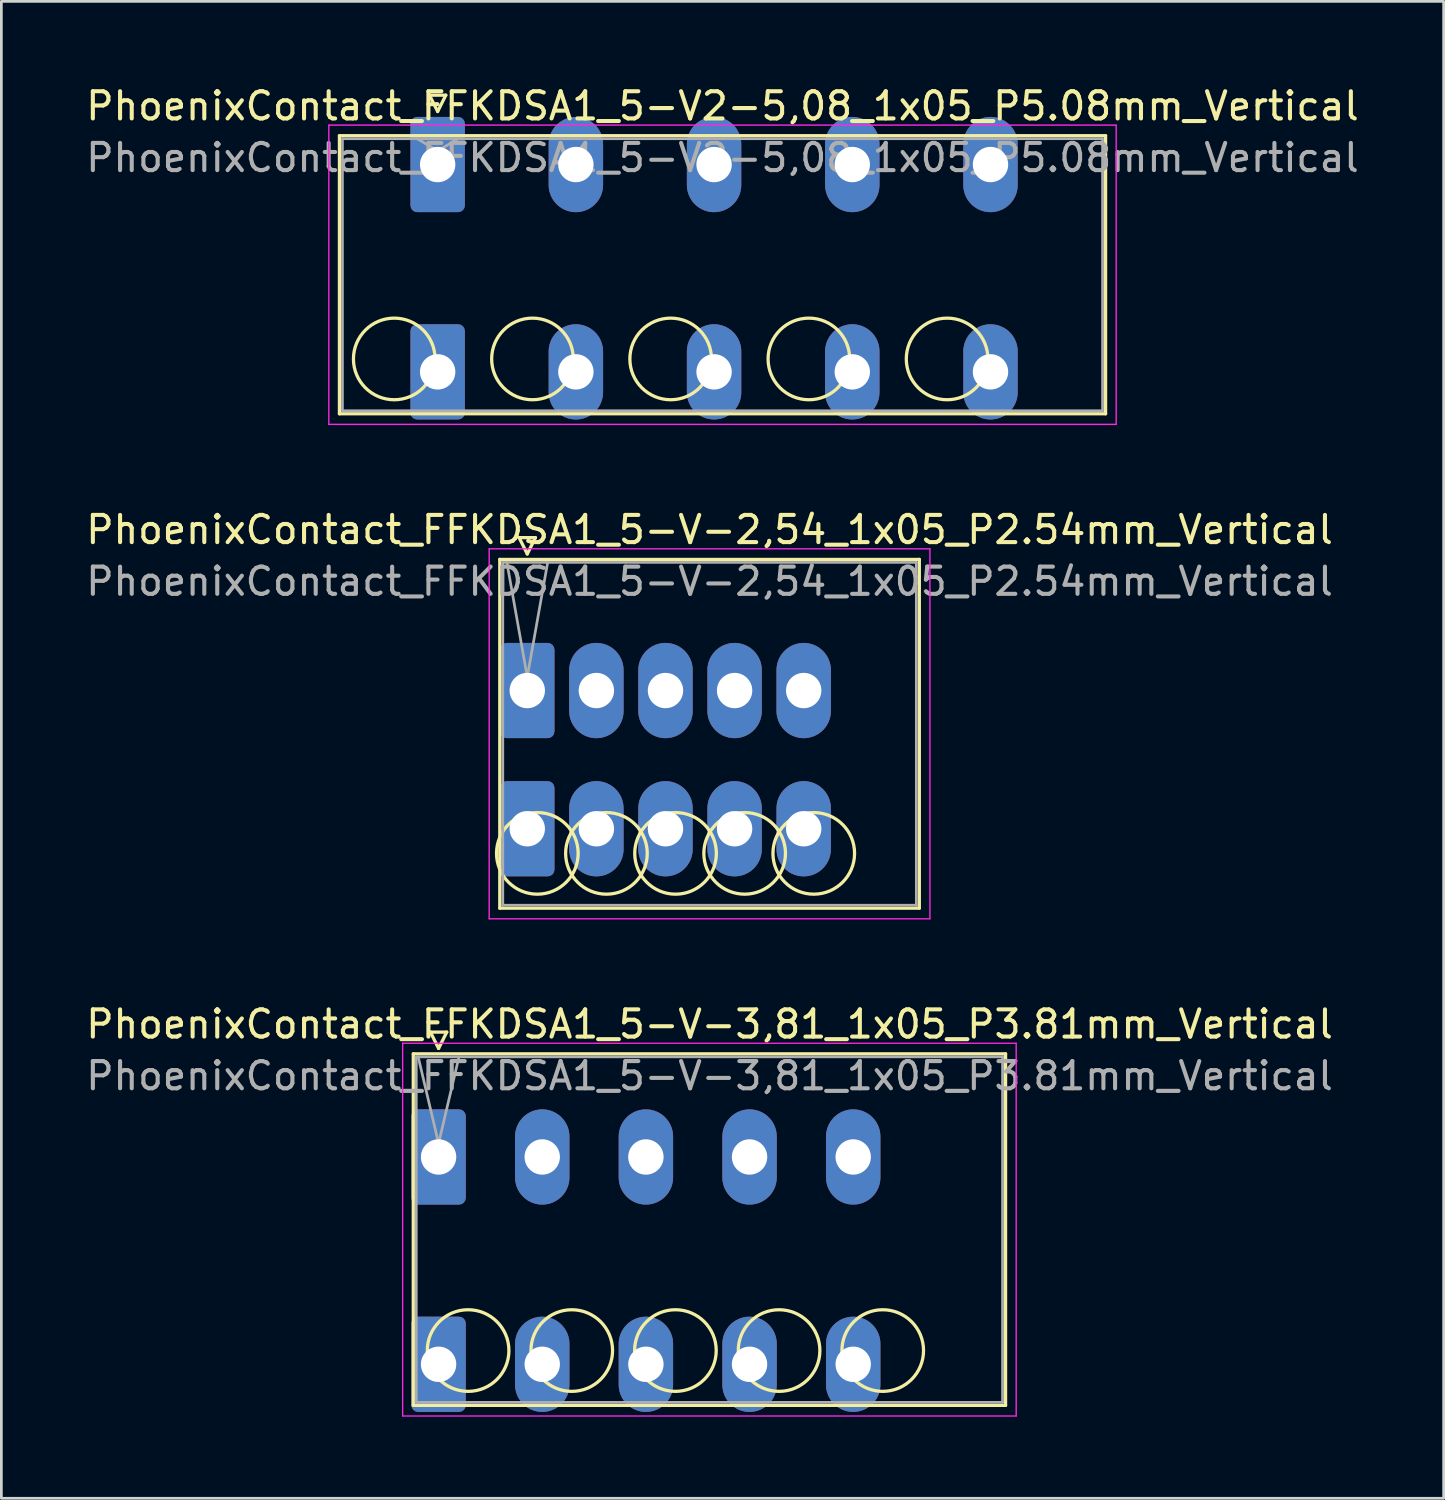
<source format=kicad_pcb>
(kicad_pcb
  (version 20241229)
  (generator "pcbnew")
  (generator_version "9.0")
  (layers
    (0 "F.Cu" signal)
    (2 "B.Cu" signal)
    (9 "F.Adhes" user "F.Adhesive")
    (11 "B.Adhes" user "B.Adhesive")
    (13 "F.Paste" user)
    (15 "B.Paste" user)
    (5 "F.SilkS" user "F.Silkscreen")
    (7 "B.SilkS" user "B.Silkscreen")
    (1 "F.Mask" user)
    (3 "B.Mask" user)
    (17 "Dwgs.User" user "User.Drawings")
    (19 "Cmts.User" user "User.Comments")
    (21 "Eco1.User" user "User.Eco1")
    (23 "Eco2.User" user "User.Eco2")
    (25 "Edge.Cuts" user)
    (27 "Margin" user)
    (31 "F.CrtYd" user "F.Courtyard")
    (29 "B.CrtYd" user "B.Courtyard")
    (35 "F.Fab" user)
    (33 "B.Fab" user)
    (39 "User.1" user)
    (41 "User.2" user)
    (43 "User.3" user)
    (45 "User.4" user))
  (footprint "PhoenixContact_FFKDSA1_5-V-3,81_1x05_P3.81mm_Vertical"
    (layer "F.Cu")
    (at 13.07 39.475)
    (property "Reference" "PhoenixContact_FFKDSA1_5-V-3,81_1x05_P3.81mm_Vertical" (at 9.96 -4.88 0) (layer "F.SilkS") (effects (font (size 1 1) (thickness 0.15))))
    (attr through_hole)
    (fp_line (start -0.93 -3.79) (end -0.93 9.13) (stroke (width 0.12) (type solid)) (layer "F.SilkS"))
    (fp_line (start -0.93 9.13) (end 20.84 9.13) (stroke (width 0.12) (type solid)) (layer "F.SilkS"))
    (fp_line (start -0.3 -4.59) (end 0.3 -4.59) (stroke (width 0.12) (type solid)) (layer "F.SilkS"))
    (fp_line (start 0 -3.99) (end -0.3 -4.59) (stroke (width 0.12) (type solid)) (layer "F.SilkS"))
    (fp_line (start 0.3 -4.59) (end 0 -3.99) (stroke (width 0.12) (type solid)) (layer "F.SilkS"))
    (fp_line (start 20.84 -3.79) (end -0.93 -3.79) (stroke (width 0.12) (type solid)) (layer "F.SilkS"))
    (fp_line (start 20.84 9.13) (end 20.84 -3.79) (stroke (width 0.12) (type solid)) (layer "F.SilkS"))
    (fp_circle (center 1.085 7.115) (end 2.585 7.115) (stroke (width 0.12) (type solid)) (fill no) (layer "F.SilkS"))
    (fp_circle (center 4.895 7.115) (end 6.395 7.115) (stroke (width 0.12) (type solid)) (fill no) (layer "F.SilkS"))
    (fp_circle (center 8.705 7.115) (end 10.205 7.115) (stroke (width 0.12) (type solid)) (fill no) (layer "F.SilkS"))
    (fp_circle (center 12.515 7.115) (end 14.015 7.115) (stroke (width 0.12) (type solid)) (fill no) (layer "F.SilkS"))
    (fp_circle (center 16.325 7.115) (end 17.825 7.115) (stroke (width 0.12) (type solid)) (fill no) (layer "F.SilkS"))
    (fp_line (start -1.32 -4.18) (end -1.32 9.52) (stroke (width 0.05) (type solid)) (layer "F.CrtYd"))
    (fp_line (start -1.32 9.52) (end 21.23 9.52) (stroke (width 0.05) (type solid)) (layer "F.CrtYd"))
    (fp_line (start 21.23 -4.18) (end -1.32 -4.18) (stroke (width 0.05) (type solid)) (layer "F.CrtYd"))
    (fp_line (start 21.23 9.52) (end 21.23 -4.18) (stroke (width 0.05) (type solid)) (layer "F.CrtYd"))
    (fp_line (start -0.82 -3.68) (end -0.82 9.02) (stroke (width 0.1) (type solid)) (layer "F.Fab"))
    (fp_line (start -0.82 9.02) (end 20.73 9.02) (stroke (width 0.1) (type solid)) (layer "F.Fab"))
    (fp_line (start 0 -0.5) (end -0.75 -3.68) (stroke (width 0.1) (type solid)) (layer "F.Fab"))
    (fp_line (start 0.75 -3.68) (end 0 -0.5) (stroke (width 0.1) (type solid)) (layer "F.Fab"))
    (fp_line (start 20.73 -3.68) (end -0.82 -3.68) (stroke (width 0.1) (type solid)) (layer "F.Fab"))
    (fp_line (start 20.73 9.02) (end 20.73 -3.68) (stroke (width 0.1) (type solid)) (layer "F.Fab"))
    (fp_text user "${REFERENCE}" (at 9.96 -2.98 0) (layer "F.Fab") (effects (font (size 1 1) (thickness 0.15))))
    (pad "1" thru_hole roundrect (at 0 0) (size 2 3.5) (drill 1.3) (layers "*.Cu" "*.Mask") (roundrect_rratio 0.125))
    (pad "1" thru_hole roundrect (at 0 7.62) (size 2 3.5) (drill 1.3) (layers "*.Cu" "*.Mask") (roundrect_rratio 0.125))
    (pad "2" thru_hole oval (at 3.81 0) (size 2 3.5) (drill 1.3) (layers "*.Cu" "*.Mask"))
    (pad "2" thru_hole oval (at 3.81 7.62) (size 2 3.5) (drill 1.3) (layers "*.Cu" "*.Mask"))
    (pad "3" thru_hole oval (at 7.62 0) (size 2 3.5) (drill 1.3) (layers "*.Cu" "*.Mask"))
    (pad "3" thru_hole oval (at 7.62 7.62) (size 2 3.5) (drill 1.3) (layers "*.Cu" "*.Mask"))
    (pad "4" thru_hole oval (at 11.43 0) (size 2 3.5) (drill 1.3) (layers "*.Cu" "*.Mask"))
    (pad "4" thru_hole oval (at 11.43 7.62) (size 2 3.5) (drill 1.3) (layers "*.Cu" "*.Mask"))
    (pad "5" thru_hole oval (at 15.24 0) (size 2 3.5) (drill 1.3) (layers "*.Cu" "*.Mask"))
    (pad "5" thru_hole oval (at 15.24 7.62) (size 2 3.5) (drill 1.3) (layers "*.Cu" "*.Mask")))
  (footprint "PhoenixContact_FFKDSA1_5-V2-5,08_1x05_P5.08mm_Vertical"
    (layer "F.Cu")
    (at 13.036 2.998)
    (property "Reference" "PhoenixContact_FFKDSA1_5-V2-5,08_1x05_P5.08mm_Vertical" (at 10.47 -2.15 0) (layer "F.SilkS") (effects (font (size 1 1) (thickness 0.15))))
    (attr through_hole)
    (fp_line (start -3.61 -1.06) (end -3.61 9.16) (stroke (width 0.12) (type solid)) (layer "F.SilkS"))
    (fp_line (start -3.61 9.16) (end 24.55 9.16) (stroke (width 0.12) (type solid)) (layer "F.SilkS"))
    (fp_line (start -0.3 -2.55) (end 0.3 -2.55) (stroke (width 0.12) (type solid)) (layer "F.SilkS"))
    (fp_line (start 0 -1.95) (end -0.3 -2.55) (stroke (width 0.12) (type solid)) (layer "F.SilkS"))
    (fp_line (start 0.3 -2.55) (end 0 -1.95) (stroke (width 0.12) (type solid)) (layer "F.SilkS"))
    (fp_line (start 24.55 -1.06) (end -3.61 -1.06) (stroke (width 0.12) (type solid)) (layer "F.SilkS"))
    (fp_line (start 24.55 9.16) (end 24.55 -1.06) (stroke (width 0.12) (type solid)) (layer "F.SilkS"))
    (fp_circle (center -1.595 7.145) (end -0.095 7.145) (stroke (width 0.12) (type solid)) (fill no) (layer "F.SilkS"))
    (fp_circle (center 3.485 7.145) (end 4.985 7.145) (stroke (width 0.12) (type solid)) (fill no) (layer "F.SilkS"))
    (fp_circle (center 8.565 7.145) (end 10.065 7.145) (stroke (width 0.12) (type solid)) (fill no) (layer "F.SilkS"))
    (fp_circle (center 13.645 7.145) (end 15.145 7.145) (stroke (width 0.12) (type solid)) (fill no) (layer "F.SilkS"))
    (fp_circle (center 18.725 7.145) (end 20.225 7.145) (stroke (width 0.12) (type solid)) (fill no) (layer "F.SilkS"))
    (fp_line (start -4 -1.45) (end -4 9.55) (stroke (width 0.05) (type solid)) (layer "F.CrtYd"))
    (fp_line (start -4 9.55) (end 24.94 9.55) (stroke (width 0.05) (type solid)) (layer "F.CrtYd"))
    (fp_line (start 24.94 -1.45) (end -4 -1.45) (stroke (width 0.05) (type solid)) (layer "F.CrtYd"))
    (fp_line (start 24.94 9.55) (end 24.94 -1.45) (stroke (width 0.05) (type solid)) (layer "F.CrtYd"))
    (fp_line (start -3.5 -0.95) (end -3.5 9.05) (stroke (width 0.1) (type solid)) (layer "F.Fab"))
    (fp_line (start -3.5 9.05) (end 24.44 9.05) (stroke (width 0.1) (type solid)) (layer "F.Fab"))
    (fp_line (start 0 -0.5) (end -0.75 -0.95) (stroke (width 0.1) (type solid)) (layer "F.Fab"))
    (fp_line (start 0.75 -0.95) (end 0 -0.5) (stroke (width 0.1) (type solid)) (layer "F.Fab"))
    (fp_line (start 24.44 -0.95) (end -3.5 -0.95) (stroke (width 0.1) (type solid)) (layer "F.Fab"))
    (fp_line (start 24.44 9.05) (end 24.44 -0.95) (stroke (width 0.1) (type solid)) (layer "F.Fab"))
    (fp_text user "${REFERENCE}" (at 10.47 -0.25 0) (layer "F.Fab") (effects (font (size 1 1) (thickness 0.15))))
    (pad "1" thru_hole roundrect (at 0 0) (size 2 3.5) (drill 1.3) (layers "*.Cu" "*.Mask") (roundrect_rratio 0.125))
    (pad "1" thru_hole roundrect (at 0 7.62) (size 2 3.5) (drill 1.3) (layers "*.Cu" "*.Mask") (roundrect_rratio 0.125))
    (pad "2" thru_hole oval (at 5.08 0) (size 2 3.5) (drill 1.3) (layers "*.Cu" "*.Mask"))
    (pad "2" thru_hole oval (at 5.08 7.62) (size 2 3.5) (drill 1.3) (layers "*.Cu" "*.Mask"))
    (pad "3" thru_hole oval (at 10.16 0) (size 2 3.5) (drill 1.3) (layers "*.Cu" "*.Mask"))
    (pad "3" thru_hole oval (at 10.16 7.62) (size 2 3.5) (drill 1.3) (layers "*.Cu" "*.Mask"))
    (pad "4" thru_hole oval (at 15.24 0) (size 2 3.5) (drill 1.3) (layers "*.Cu" "*.Mask"))
    (pad "4" thru_hole oval (at 15.24 7.62) (size 2 3.5) (drill 1.3) (layers "*.Cu" "*.Mask"))
    (pad "5" thru_hole oval (at 20.32 0) (size 2 3.5) (drill 1.3) (layers "*.Cu" "*.Mask"))
    (pad "5" thru_hole oval (at 20.32 7.62) (size 2 3.5) (drill 1.3) (layers "*.Cu" "*.Mask")))
  (footprint "PhoenixContact_FFKDSA1_5-V-2,54_1x05_P2.54mm_Vertical"
    (layer "F.Cu")
    (at 16.33 22.331)
    (property "Reference" "PhoenixContact_FFKDSA1_5-V-2,54_1x05_P2.54mm_Vertical" (at 6.7 -5.91 0) (layer "F.SilkS") (effects (font (size 1 1) (thickness 0.15))))
    (attr through_hole)
    (fp_line (start -1.01 -4.82) (end -1.01 8) (stroke (width 0.12) (type solid)) (layer "F.SilkS"))
    (fp_line (start -1.01 8) (end 14.41 8) (stroke (width 0.12) (type solid)) (layer "F.SilkS"))
    (fp_line (start -0.3 -5.62) (end 0.3 -5.62) (stroke (width 0.12) (type solid)) (layer "F.SilkS"))
    (fp_line (start 0 -5.02) (end -0.3 -5.62) (stroke (width 0.12) (type solid)) (layer "F.SilkS"))
    (fp_line (start 0.3 -5.62) (end 0 -5.02) (stroke (width 0.12) (type solid)) (layer "F.SilkS"))
    (fp_line (start 14.41 -4.82) (end -1.01 -4.82) (stroke (width 0.12) (type solid)) (layer "F.SilkS"))
    (fp_line (start 14.41 8) (end 14.41 -4.82) (stroke (width 0.12) (type solid)) (layer "F.SilkS"))
    (fp_circle (center 0.37 5.985) (end 1.87 5.985) (stroke (width 0.12) (type solid)) (fill no) (layer "F.SilkS"))
    (fp_circle (center 2.91 5.985) (end 4.41 5.985) (stroke (width 0.12) (type solid)) (fill no) (layer "F.SilkS"))
    (fp_circle (center 5.45 5.985) (end 6.95 5.985) (stroke (width 0.12) (type solid)) (fill no) (layer "F.SilkS"))
    (fp_circle (center 7.99 5.985) (end 9.49 5.985) (stroke (width 0.12) (type solid)) (fill no) (layer "F.SilkS"))
    (fp_circle (center 10.53 5.985) (end 12.03 5.985) (stroke (width 0.12) (type solid)) (fill no) (layer "F.SilkS"))
    (fp_line (start -1.4 -5.21) (end -1.4 8.39) (stroke (width 0.05) (type solid)) (layer "F.CrtYd"))
    (fp_line (start -1.4 8.39) (end 14.8 8.39) (stroke (width 0.05) (type solid)) (layer "F.CrtYd"))
    (fp_line (start 14.8 -5.21) (end -1.4 -5.21) (stroke (width 0.05) (type solid)) (layer "F.CrtYd"))
    (fp_line (start 14.8 8.39) (end 14.8 -5.21) (stroke (width 0.05) (type solid)) (layer "F.CrtYd"))
    (fp_line (start -0.9 -4.71) (end -0.9 7.89) (stroke (width 0.1) (type solid)) (layer "F.Fab"))
    (fp_line (start -0.9 7.89) (end 14.3 7.89) (stroke (width 0.1) (type solid)) (layer "F.Fab"))
    (fp_line (start 0 -0.5) (end -0.75 -4.71) (stroke (width 0.1) (type solid)) (layer "F.Fab"))
    (fp_line (start 0.75 -4.71) (end 0 -0.5) (stroke (width 0.1) (type solid)) (layer "F.Fab"))
    (fp_line (start 14.3 -4.71) (end -0.9 -4.71) (stroke (width 0.1) (type solid)) (layer "F.Fab"))
    (fp_line (start 14.3 7.89) (end 14.3 -4.71) (stroke (width 0.1) (type solid)) (layer "F.Fab"))
    (fp_text user "${REFERENCE}" (at 6.7 -4.01 0) (layer "F.Fab") (effects (font (size 1 1) (thickness 0.15))))
    (pad "1" thru_hole roundrect (at 0 0) (size 2 3.5) (drill 1.3) (layers "*.Cu" "*.Mask") (roundrect_rratio 0.125))
    (pad "1" thru_hole roundrect (at 0 5.08) (size 2 3.5) (drill 1.3) (layers "*.Cu" "*.Mask") (roundrect_rratio 0.125))
    (pad "2" thru_hole oval (at 2.54 0) (size 2 3.5) (drill 1.3) (layers "*.Cu" "*.Mask"))
    (pad "2" thru_hole oval (at 2.54 5.08) (size 2 3.5) (drill 1.3) (layers "*.Cu" "*.Mask"))
    (pad "3" thru_hole oval (at 5.08 0) (size 2 3.5) (drill 1.3) (layers "*.Cu" "*.Mask"))
    (pad "3" thru_hole oval (at 5.08 5.08) (size 2 3.5) (drill 1.3) (layers "*.Cu" "*.Mask"))
    (pad "4" thru_hole oval (at 7.62 0) (size 2 3.5) (drill 1.3) (layers "*.Cu" "*.Mask"))
    (pad "4" thru_hole oval (at 7.62 5.08) (size 2 3.5) (drill 1.3) (layers "*.Cu" "*.Mask"))
    (pad "5" thru_hole oval (at 10.16 0) (size 2 3.5) (drill 1.3) (layers "*.Cu" "*.Mask"))
    (pad "5" thru_hole oval (at 10.16 5.08) (size 2 3.5) (drill 1.3) (layers "*.Cu" "*.Mask")))
  (gr_rect
    (start -3 -3)
    (end 50.012 52.02)
    (stroke (width 0.1) (type default))
    (fill no)
    (layer "Edge.Cuts")))
</source>
